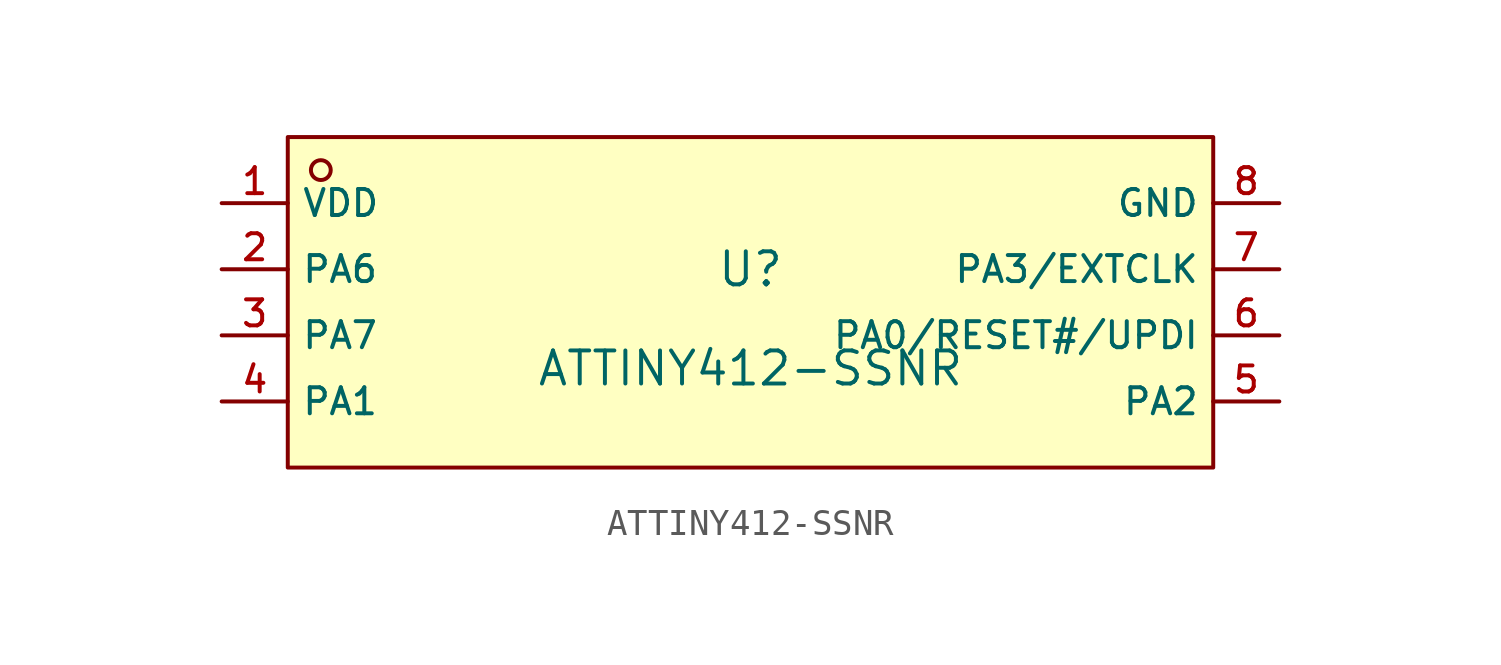
<source format=kicad_sym>
(kicad_symbol_lib
  (version 20231120)
  (generator "kicad_symbol_editor")
  (generator_version "8.0")
  (symbol "ATTINY412-SSNR"
    (property "Reference" "U"
      (at 0 1.27 0)
      (effects (font (size 1.27 1.27))))
    (property "Value" "ATTINY412-SSNR"
      (at 0 -2.54 0)
      (effects (font (size 1.27 1.27))))
    (symbol "ATTINY412-SSNR_0_1"
      (rectangle (start -17.78 6.35) (end 17.78 -6.35) (stroke (width 0) (type default)) (fill (type background)))
      (circle (center -16.51 5.08) (radius 0.381) (stroke (width 0) (type default)) (fill (type background)))
      (pin unspecified line (at -20.32 3.81 0) (length 2.54) (name "VDD" (effects (font (size 1 1)))) (number "1" (effects (font (size 1 1)))))
      (pin unspecified line (at -20.32 1.27 0) (length 2.54) (name "PA6" (effects (font (size 1 1)))) (number "2" (effects (font (size 1 1)))))
      (pin unspecified line (at -20.32 -1.27 0) (length 2.54) (name "PA7" (effects (font (size 1 1)))) (number "3" (effects (font (size 1 1)))))
      (pin unspecified line (at -20.32 -3.81 0) (length 2.54) (name "PA1" (effects (font (size 1 1)))) (number "4" (effects (font (size 1 1)))))
      (pin unspecified line (at 20.32 -3.81 180) (length 2.54) (name "PA2" (effects (font (size 1 1)))) (number "5" (effects (font (size 1 1)))))
      (pin unspecified line (at 20.32 -1.27 180) (length 2.54) (name "PA0/RESET#/UPDI" (effects (font (size 1 1)))) (number "6" (effects (font (size 1 1)))))
      (pin unspecified line (at 20.32 1.27 180) (length 2.54) (name "PA3/EXTCLK" (effects (font (size 1 1)))) (number "7" (effects (font (size 1 1)))))
      (pin unspecified line (at 20.32 3.81 180) (length 2.54) (name "GND" (effects (font (size 1 1)))) (number "8" (effects (font (size 1 1))))))))
</source>
